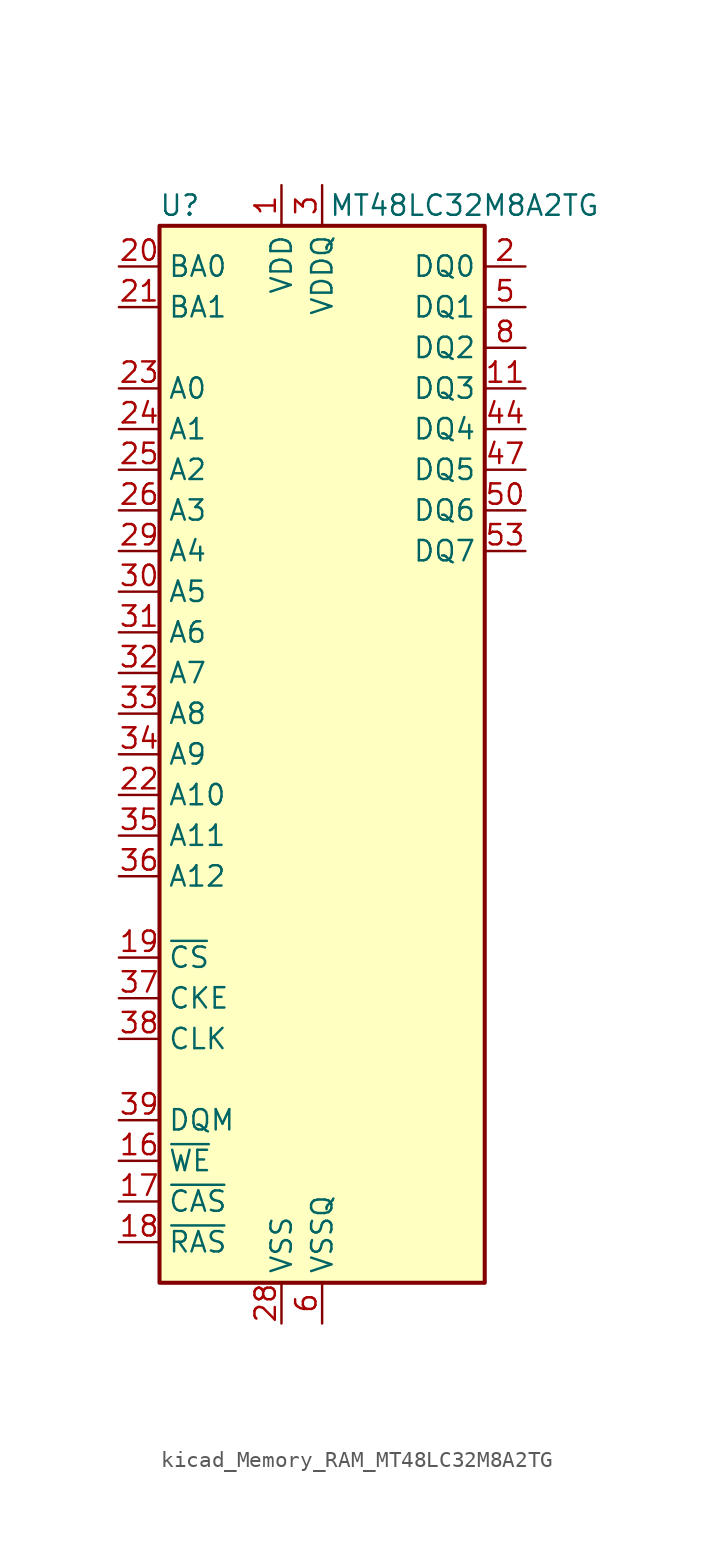
<source format=kicad_sym>
(kicad_symbol_lib
  (version 20220914)
  (generator kicad_symbol_editor)
  (symbol "kicad_Memory_RAM_MT48LC32M8A2TG"
    (property "Reference" "U"
      (at -8.89 34.29 0)
      (effects (font (size 1.27 1.27))))
    (property "Value" "MT48LC32M8A2TG"
      (at 8.89 34.29 0)
      (effects (font (size 1.27 1.27))))
    (symbol "kicad_Memory_RAM_MT48LC32M8A2TG_0_1"
      (rectangle (start -10.16 33.02) (end 10.16 -33.02) (stroke (width 0.254) (type default)) (fill (type background))))
    (symbol "kicad_Memory_RAM_MT48LC32M8A2TG_1_1"
      (pin power_in line (at -2.54 35.56 270) (length 2.54) (name "VDD" (effects (font (size 1.27 1.27)))) (number "1" (effects (font (size 1.27 1.27)))))
      (pin no_connect line (at 10.16 2.54 180) (length 2.54) hide (name "NC" (effects (font (size 1.27 1.27)))) (number "10" (effects (font (size 1.27 1.27)))))
      (pin bidirectional line (at 12.7 22.86 180) (length 2.54) (name "DQ3" (effects (font (size 1.27 1.27)))) (number "11" (effects (font (size 1.27 1.27)))))
      (pin passive line (at 0 -35.56 90) (length 2.54) hide (name "VSSQ" (effects (font (size 1.27 1.27)))) (number "12" (effects (font (size 1.27 1.27)))))
      (pin no_connect line (at 10.16 7.62 180) (length 2.54) hide (name "NC" (effects (font (size 1.27 1.27)))) (number "13" (effects (font (size 1.27 1.27)))))
      (pin passive line (at -2.54 35.56 270) (length 2.54) hide (name "VDD" (effects (font (size 1.27 1.27)))) (number "14" (effects (font (size 1.27 1.27)))))
      (pin no_connect line (at -10.16 -20.32 0) (length 2.54) hide (name "NC" (effects (font (size 1.27 1.27)))) (number "15" (effects (font (size 1.27 1.27)))))
      (pin input line (at -12.7 -25.4 0) (length 2.54) (name "~{WE}" (effects (font (size 1.27 1.27)))) (number "16" (effects (font (size 1.27 1.27)))))
      (pin input line (at -12.7 -27.94 0) (length 2.54) (name "~{CAS}" (effects (font (size 1.27 1.27)))) (number "17" (effects (font (size 1.27 1.27)))))
      (pin input line (at -12.7 -30.48 0) (length 2.54) (name "~{RAS}" (effects (font (size 1.27 1.27)))) (number "18" (effects (font (size 1.27 1.27)))))
      (pin input line (at -12.7 -12.7 0) (length 2.54) (name "~{CS}" (effects (font (size 1.27 1.27)))) (number "19" (effects (font (size 1.27 1.27)))))
      (pin bidirectional line (at 12.7 30.48 180) (length 2.54) (name "DQ0" (effects (font (size 1.27 1.27)))) (number "2" (effects (font (size 1.27 1.27)))))
      (pin input line (at -12.7 30.48 0) (length 2.54) (name "BA0" (effects (font (size 1.27 1.27)))) (number "20" (effects (font (size 1.27 1.27)))))
      (pin input line (at -12.7 27.94 0) (length 2.54) (name "BA1" (effects (font (size 1.27 1.27)))) (number "21" (effects (font (size 1.27 1.27)))))
      (pin input line (at -12.7 -2.54 0) (length 2.54) (name "A10" (effects (font (size 1.27 1.27)))) (number "22" (effects (font (size 1.27 1.27)))))
      (pin input line (at -12.7 22.86 0) (length 2.54) (name "A0" (effects (font (size 1.27 1.27)))) (number "23" (effects (font (size 1.27 1.27)))))
      (pin input line (at -12.7 20.32 0) (length 2.54) (name "A1" (effects (font (size 1.27 1.27)))) (number "24" (effects (font (size 1.27 1.27)))))
      (pin input line (at -12.7 17.78 0) (length 2.54) (name "A2" (effects (font (size 1.27 1.27)))) (number "25" (effects (font (size 1.27 1.27)))))
      (pin input line (at -12.7 15.24 0) (length 2.54) (name "A3" (effects (font (size 1.27 1.27)))) (number "26" (effects (font (size 1.27 1.27)))))
      (pin passive line (at -2.54 35.56 270) (length 2.54) hide (name "VDD" (effects (font (size 1.27 1.27)))) (number "27" (effects (font (size 1.27 1.27)))))
      (pin power_in line (at -2.54 -35.56 90) (length 2.54) (name "VSS" (effects (font (size 1.27 1.27)))) (number "28" (effects (font (size 1.27 1.27)))))
      (pin input line (at -12.7 12.7 0) (length 2.54) (name "A4" (effects (font (size 1.27 1.27)))) (number "29" (effects (font (size 1.27 1.27)))))
      (pin power_in line (at 0 35.56 270) (length 2.54) (name "VDDQ" (effects (font (size 1.27 1.27)))) (number "3" (effects (font (size 1.27 1.27)))))
      (pin input line (at -12.7 10.16 0) (length 2.54) (name "A5" (effects (font (size 1.27 1.27)))) (number "30" (effects (font (size 1.27 1.27)))))
      (pin input line (at -12.7 7.62 0) (length 2.54) (name "A6" (effects (font (size 1.27 1.27)))) (number "31" (effects (font (size 1.27 1.27)))))
      (pin input line (at -12.7 5.08 0) (length 2.54) (name "A7" (effects (font (size 1.27 1.27)))) (number "32" (effects (font (size 1.27 1.27)))))
      (pin input line (at -12.7 2.54 0) (length 2.54) (name "A8" (effects (font (size 1.27 1.27)))) (number "33" (effects (font (size 1.27 1.27)))))
      (pin input line (at -12.7 0 0) (length 2.54) (name "A9" (effects (font (size 1.27 1.27)))) (number "34" (effects (font (size 1.27 1.27)))))
      (pin input line (at -12.7 -5.08 0) (length 2.54) (name "A11" (effects (font (size 1.27 1.27)))) (number "35" (effects (font (size 1.27 1.27)))))
      (pin input line (at -12.7 -7.62 0) (length 2.54) (name "A12" (effects (font (size 1.27 1.27)))) (number "36" (effects (font (size 1.27 1.27)))))
      (pin input line (at -12.7 -15.24 0) (length 2.54) (name "CKE" (effects (font (size 1.27 1.27)))) (number "37" (effects (font (size 1.27 1.27)))))
      (pin input line (at -12.7 -17.78 0) (length 2.54) (name "CLK" (effects (font (size 1.27 1.27)))) (number "38" (effects (font (size 1.27 1.27)))))
      (pin input line (at -12.7 -22.86 0) (length 2.54) (name "DQM" (effects (font (size 1.27 1.27)))) (number "39" (effects (font (size 1.27 1.27)))))
      (pin no_connect line (at 10.16 -7.62 180) (length 2.54) hide (name "NC" (effects (font (size 1.27 1.27)))) (number "4" (effects (font (size 1.27 1.27)))))
      (pin no_connect line (at 10.16 -20.32 180) (length 2.54) hide (name "NC" (effects (font (size 1.27 1.27)))) (number "40" (effects (font (size 1.27 1.27)))))
      (pin passive line (at -2.54 -35.56 90) (length 2.54) hide (name "VSS" (effects (font (size 1.27 1.27)))) (number "41" (effects (font (size 1.27 1.27)))))
      (pin no_connect line (at 10.16 10.16 180) (length 2.54) hide (name "NC" (effects (font (size 1.27 1.27)))) (number "42" (effects (font (size 1.27 1.27)))))
      (pin passive line (at 0 35.56 270) (length 2.54) hide (name "VDDQ" (effects (font (size 1.27 1.27)))) (number "43" (effects (font (size 1.27 1.27)))))
      (pin bidirectional line (at 12.7 20.32 180) (length 2.54) (name "DQ4" (effects (font (size 1.27 1.27)))) (number "44" (effects (font (size 1.27 1.27)))))
      (pin no_connect line (at 10.16 5.08 180) (length 2.54) hide (name "NC" (effects (font (size 1.27 1.27)))) (number "45" (effects (font (size 1.27 1.27)))))
      (pin passive line (at 0 -35.56 90) (length 2.54) hide (name "VSSQ" (effects (font (size 1.27 1.27)))) (number "46" (effects (font (size 1.27 1.27)))))
      (pin bidirectional line (at 12.7 17.78 180) (length 2.54) (name "DQ5" (effects (font (size 1.27 1.27)))) (number "47" (effects (font (size 1.27 1.27)))))
      (pin no_connect line (at 10.16 0 180) (length 2.54) hide (name "NC" (effects (font (size 1.27 1.27)))) (number "48" (effects (font (size 1.27 1.27)))))
      (pin passive line (at 0 35.56 270) (length 2.54) hide (name "VDDQ" (effects (font (size 1.27 1.27)))) (number "49" (effects (font (size 1.27 1.27)))))
      (pin bidirectional line (at 12.7 27.94 180) (length 2.54) (name "DQ1" (effects (font (size 1.27 1.27)))) (number "5" (effects (font (size 1.27 1.27)))))
      (pin bidirectional line (at 12.7 15.24 180) (length 2.54) (name "DQ6" (effects (font (size 1.27 1.27)))) (number "50" (effects (font (size 1.27 1.27)))))
      (pin no_connect line (at 10.16 -5.08 180) (length 2.54) hide (name "NC" (effects (font (size 1.27 1.27)))) (number "51" (effects (font (size 1.27 1.27)))))
      (pin passive line (at 0 -35.56 90) (length 2.54) hide (name "VSSQ" (effects (font (size 1.27 1.27)))) (number "52" (effects (font (size 1.27 1.27)))))
      (pin bidirectional line (at 12.7 12.7 180) (length 2.54) (name "DQ7" (effects (font (size 1.27 1.27)))) (number "53" (effects (font (size 1.27 1.27)))))
      (pin passive line (at -2.54 -35.56 90) (length 2.54) hide (name "VSS" (effects (font (size 1.27 1.27)))) (number "54" (effects (font (size 1.27 1.27)))))
      (pin power_in line (at 0 -35.56 90) (length 2.54) (name "VSSQ" (effects (font (size 1.27 1.27)))) (number "6" (effects (font (size 1.27 1.27)))))
      (pin no_connect line (at 10.16 -2.54 180) (length 2.54) hide (name "NC" (effects (font (size 1.27 1.27)))) (number "7" (effects (font (size 1.27 1.27)))))
      (pin bidirectional line (at 12.7 25.4 180) (length 2.54) (name "DQ2" (effects (font (size 1.27 1.27)))) (number "8" (effects (font (size 1.27 1.27)))))
      (pin passive line (at 0 35.56 270) (length 2.54) hide (name "VDDQ" (effects (font (size 1.27 1.27)))) (number "9" (effects (font (size 1.27 1.27))))))))
</source>
